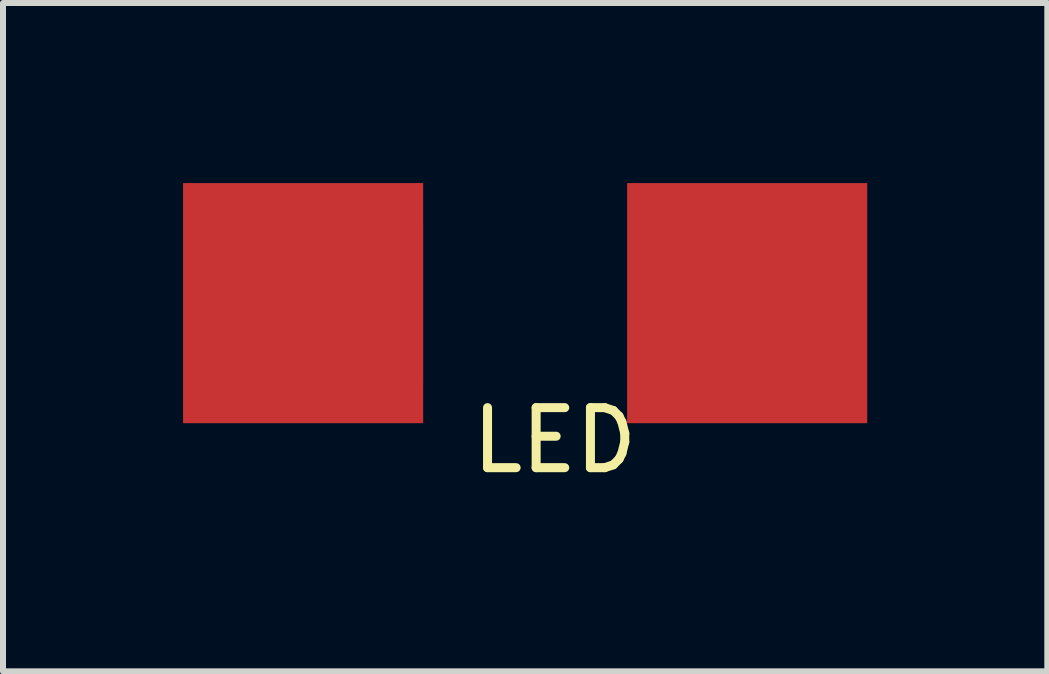
<source format=kicad_pcb>
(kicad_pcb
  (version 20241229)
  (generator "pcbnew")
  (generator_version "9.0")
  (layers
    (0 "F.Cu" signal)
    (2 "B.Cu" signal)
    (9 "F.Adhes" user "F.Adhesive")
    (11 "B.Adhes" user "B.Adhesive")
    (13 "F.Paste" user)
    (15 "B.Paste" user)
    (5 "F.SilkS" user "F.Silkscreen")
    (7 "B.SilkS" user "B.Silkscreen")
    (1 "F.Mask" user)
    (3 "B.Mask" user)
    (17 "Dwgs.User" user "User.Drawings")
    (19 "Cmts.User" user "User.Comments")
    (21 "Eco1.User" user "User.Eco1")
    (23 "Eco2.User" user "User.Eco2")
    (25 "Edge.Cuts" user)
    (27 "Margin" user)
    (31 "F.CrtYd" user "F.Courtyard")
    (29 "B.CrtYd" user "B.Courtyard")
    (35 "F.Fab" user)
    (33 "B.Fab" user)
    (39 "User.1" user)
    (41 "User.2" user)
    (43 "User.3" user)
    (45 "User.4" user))
  (footprint "LED"
    (layer "F.Cu")
    (at 3.397 2)
    (property "Reference" "LED" (at 2.794 2.286 0) (layer "F.SilkS") (effects (font (size 1 1) (thickness 0.15))))
    (attr through_hole)
    (pad "" smd circle (at 2.413 0) (size 2.8 2.8) (layers "F.Mask"))
    (pad "1" smd rect (at -1.397 0) (size 4 4) (layers "F.Cu"))
    (pad "1" smd rect (at 0 0) (size 1.2 2.6) (layers "F.Cu" "F.Mask" "F.Paste"))
    (pad "2" smd rect (at 4.8 0) (size 1.2 2.6) (layers "F.Cu" "F.Mask" "F.Paste"))
    (pad "2" smd rect (at 6 0) (size 4 4) (layers "F.Cu")))
  (gr_rect
    (start -3 -3)
    (end 14.397 8.134)
    (stroke (width 0.1) (type default))
    (fill no)
    (layer "Edge.Cuts")))
</source>
